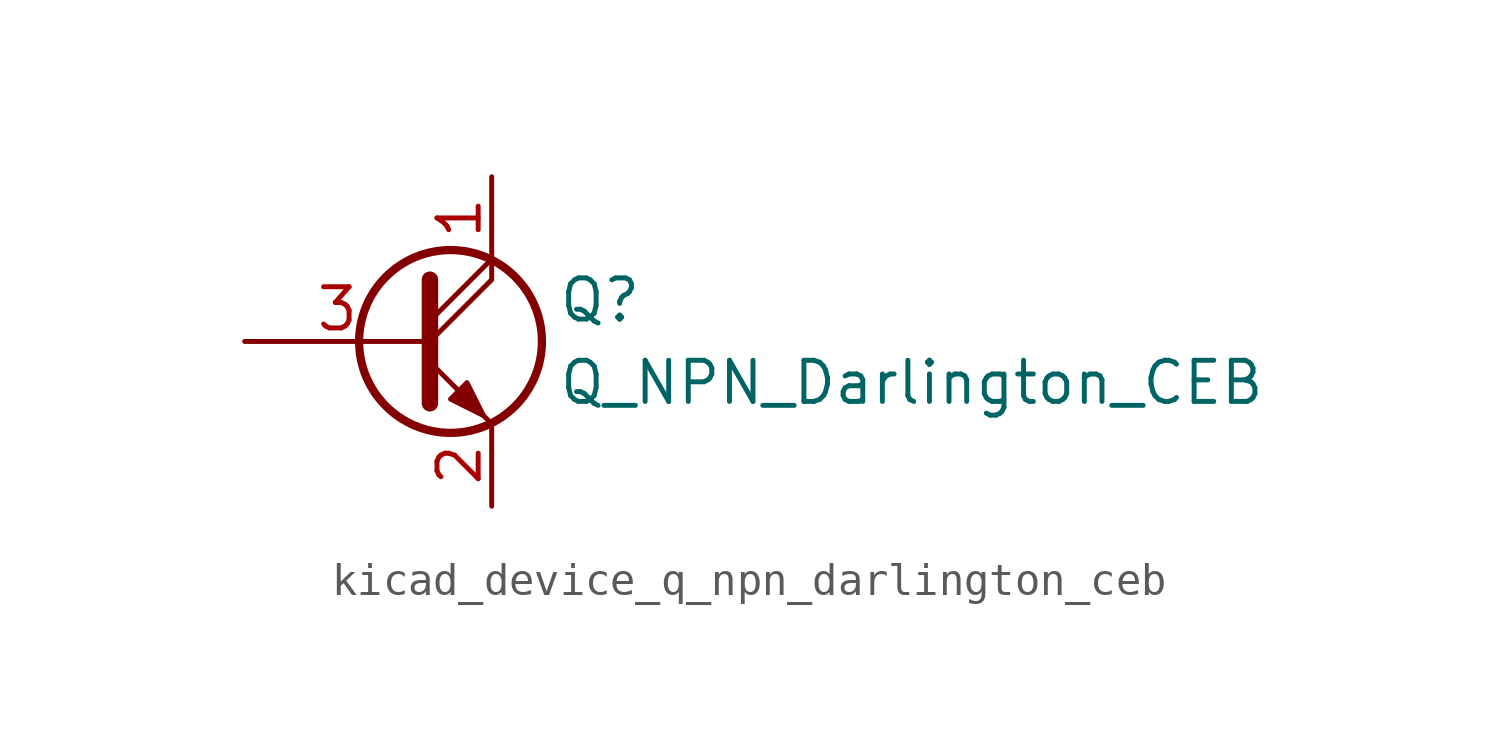
<source format=kicad_sym>
(kicad_symbol_lib
  (version 20220914)
  (generator kicad_symbol_editor)
  (symbol "kicad_device_q_npn_darlington_ceb"
    (pin_names
      (offset 0) hide)
    (property "Reference" "Q"
      (at 4.572 1.27 0)
      (effects (font (size 1.27 1.27)) (justify left)))
    (property "Value" "Q_NPN_Darlington_CEB"
      (at 4.572 -1.27 0)
      (effects (font (size 1.27 1.27)) (justify left)))
    (symbol "kicad_device_q_npn_darlington_ceb_0_1"
      (polyline (pts (xy 0.635 0.635) (xy 2.54 2.54)) (stroke (width 0) (type default)) (fill (type none)))
      (polyline (pts (xy 0.635 -0.635) (xy 2.54 -2.54) (xy 2.54 -2.54)) (stroke (width 0) (type default)) (fill (type none)))
      (polyline (pts (xy 0.635 0) (xy 2.54 1.905) (xy 2.54 2.54)) (stroke (width 0) (type default)) (fill (type none)))
      (polyline (pts (xy 0.635 1.905) (xy 0.635 -1.905) (xy 0.635 -1.905)) (stroke (width 0.508) (type default)) (fill (type none)))
      (polyline (pts (xy 1.27 -1.778) (xy 1.778 -1.27) (xy 2.286 -2.286) (xy 1.27 -1.778) (xy 1.27 -1.778)) (stroke (width 0) (type default)) (fill (type outline)))
      (circle (center 1.27 0) (radius 2.819) (stroke (width 0.254) (type default)) (fill (type none))))
    (symbol "kicad_device_q_npn_darlington_ceb_1_1"
      (pin passive line (at 2.54 5.08 270) (length 2.54) (name "C" (effects (font (size 1.27 1.27)))) (number "1" (effects (font (size 1.27 1.27)))))
      (pin passive line (at 2.54 -5.08 90) (length 2.54) (name "E" (effects (font (size 1.27 1.27)))) (number "2" (effects (font (size 1.27 1.27)))))
      (pin input line (at -5.08 0 0) (length 5.715) (name "B" (effects (font (size 1.27 1.27)))) (number "3" (effects (font (size 1.27 1.27))))))))
</source>
